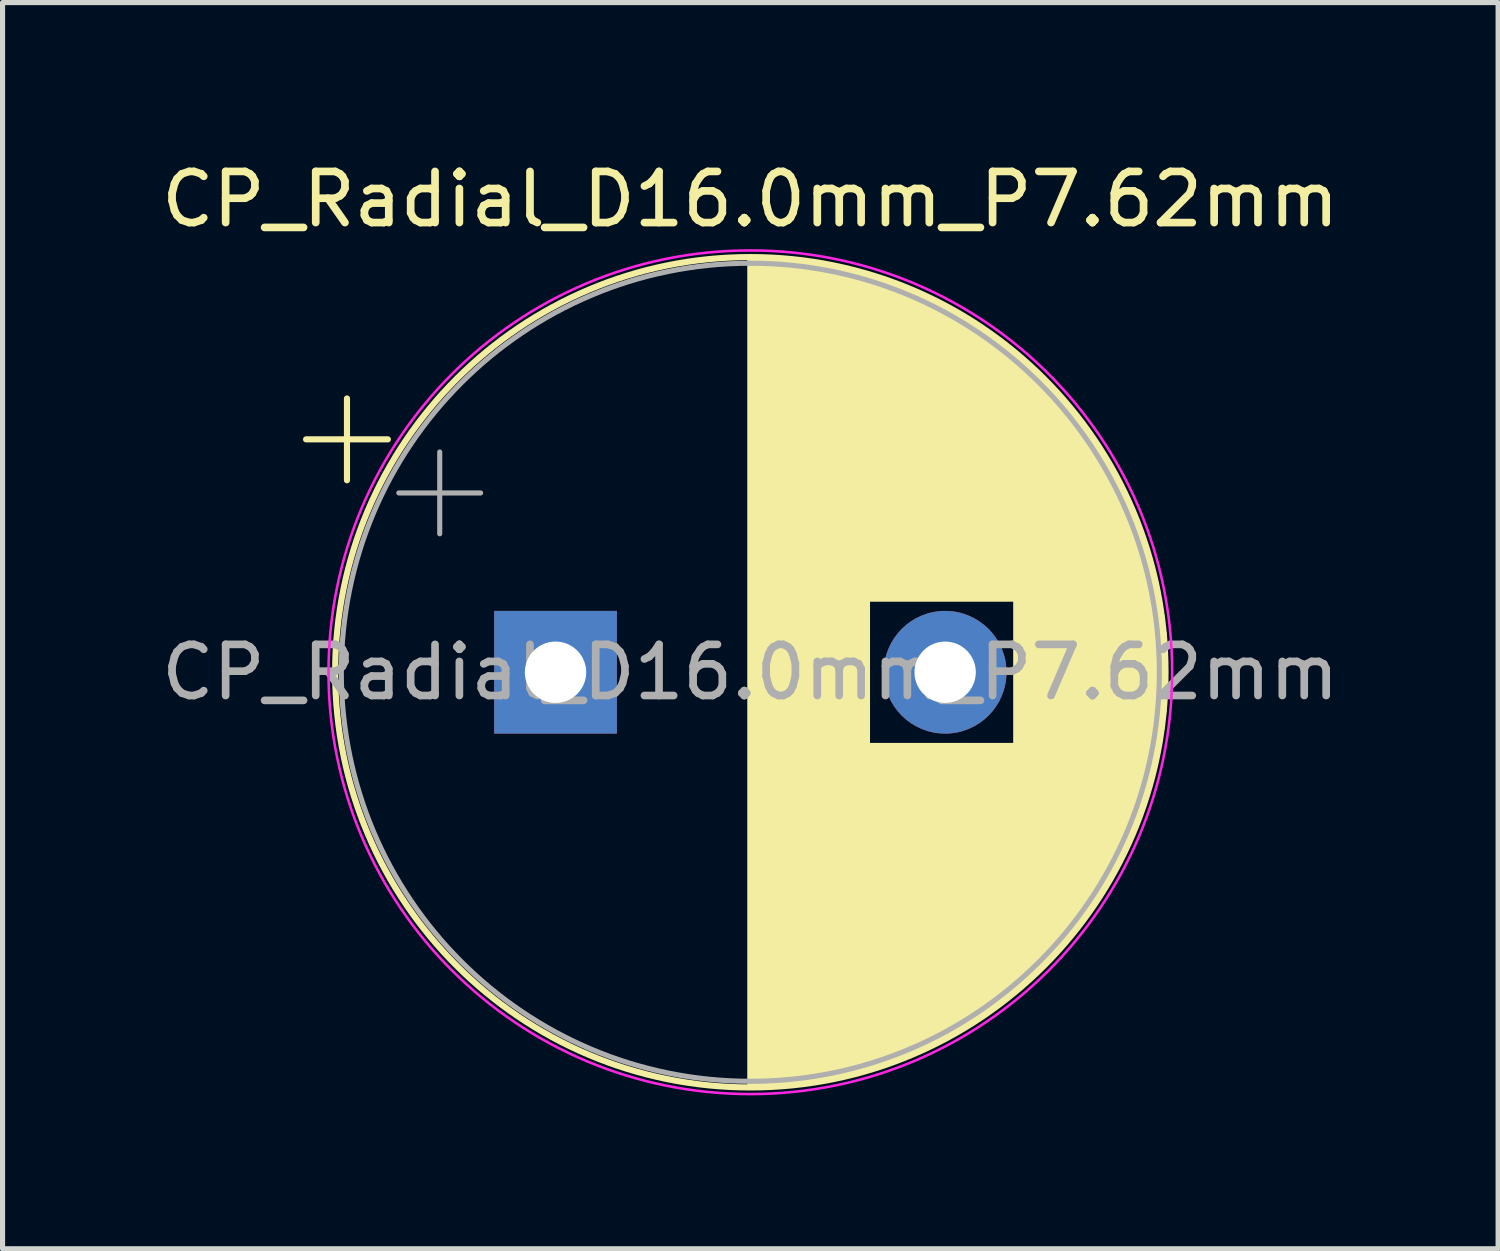
<source format=kicad_pcb>
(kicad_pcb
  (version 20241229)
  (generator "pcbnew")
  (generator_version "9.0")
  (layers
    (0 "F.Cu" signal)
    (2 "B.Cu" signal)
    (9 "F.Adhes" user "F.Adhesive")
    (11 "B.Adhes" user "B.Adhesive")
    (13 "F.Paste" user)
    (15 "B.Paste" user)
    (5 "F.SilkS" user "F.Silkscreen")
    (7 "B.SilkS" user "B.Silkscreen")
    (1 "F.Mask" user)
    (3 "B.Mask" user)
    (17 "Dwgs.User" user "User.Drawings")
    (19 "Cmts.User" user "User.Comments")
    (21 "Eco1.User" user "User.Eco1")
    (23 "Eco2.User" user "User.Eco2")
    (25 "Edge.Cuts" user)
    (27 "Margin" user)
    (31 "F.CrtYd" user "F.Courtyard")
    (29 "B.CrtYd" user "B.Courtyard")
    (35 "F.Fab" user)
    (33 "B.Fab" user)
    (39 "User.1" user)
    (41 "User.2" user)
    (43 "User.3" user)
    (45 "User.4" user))
  (footprint "CP_Radial_D16.0mm_P7.62mm"
    (layer "F.Cu")
    (at 7.815 10.098)
    (property "Reference" "CP_Radial_D16.0mm_P7.62mm" (at 3.81 -9.25 0) (layer "F.SilkS") (effects (font (size 1 1) (thickness 0.15))))
    (attr through_hole)
    (fp_line (start -4.879 -4.555) (end -3.279 -4.555) (stroke (width 0.12) (type solid)) (layer "F.SilkS"))
    (fp_line (start -4.079 -5.355) (end -4.079 -3.755) (stroke (width 0.12) (type solid)) (layer "F.SilkS"))
    (fp_line (start 3.81 -8.081) (end 3.81 8.081) (stroke (width 0.12) (type solid)) (layer "F.SilkS"))
    (fp_line (start 3.85 -8.08) (end 3.85 8.08) (stroke (width 0.12) (type solid)) (layer "F.SilkS"))
    (fp_line (start 3.89 -8.08) (end 3.89 8.08) (stroke (width 0.12) (type solid)) (layer "F.SilkS"))
    (fp_line (start 3.93 -8.08) (end 3.93 8.08) (stroke (width 0.12) (type solid)) (layer "F.SilkS"))
    (fp_line (start 3.97 -8.079) (end 3.97 8.079) (stroke (width 0.12) (type solid)) (layer "F.SilkS"))
    (fp_line (start 4.01 -8.078) (end 4.01 8.078) (stroke (width 0.12) (type solid)) (layer "F.SilkS"))
    (fp_line (start 4.05 -8.077) (end 4.05 8.077) (stroke (width 0.12) (type solid)) (layer "F.SilkS"))
    (fp_line (start 4.09 -8.076) (end 4.09 8.076) (stroke (width 0.12) (type solid)) (layer "F.SilkS"))
    (fp_line (start 4.13 -8.074) (end 4.13 8.074) (stroke (width 0.12) (type solid)) (layer "F.SilkS"))
    (fp_line (start 4.17 -8.073) (end 4.17 8.073) (stroke (width 0.12) (type solid)) (layer "F.SilkS"))
    (fp_line (start 4.21 -8.071) (end 4.21 8.071) (stroke (width 0.12) (type solid)) (layer "F.SilkS"))
    (fp_line (start 4.25 -8.069) (end 4.25 8.069) (stroke (width 0.12) (type solid)) (layer "F.SilkS"))
    (fp_line (start 4.29 -8.066) (end 4.29 8.066) (stroke (width 0.12) (type solid)) (layer "F.SilkS"))
    (fp_line (start 4.33 -8.064) (end 4.33 8.064) (stroke (width 0.12) (type solid)) (layer "F.SilkS"))
    (fp_line (start 4.37 -8.061) (end 4.37 8.061) (stroke (width 0.12) (type solid)) (layer "F.SilkS"))
    (fp_line (start 4.41 -8.058) (end 4.41 8.058) (stroke (width 0.12) (type solid)) (layer "F.SilkS"))
    (fp_line (start 4.45 -8.055) (end 4.45 8.055) (stroke (width 0.12) (type solid)) (layer "F.SilkS"))
    (fp_line (start 4.49 -8.052) (end 4.49 8.052) (stroke (width 0.12) (type solid)) (layer "F.SilkS"))
    (fp_line (start 4.531 -8.049) (end 4.531 8.049) (stroke (width 0.12) (type solid)) (layer "F.SilkS"))
    (fp_line (start 4.571 -8.045) (end 4.571 8.045) (stroke (width 0.12) (type solid)) (layer "F.SilkS"))
    (fp_line (start 4.611 -8.041) (end 4.611 8.041) (stroke (width 0.12) (type solid)) (layer "F.SilkS"))
    (fp_line (start 4.651 -8.037) (end 4.651 8.037) (stroke (width 0.12) (type solid)) (layer "F.SilkS"))
    (fp_line (start 4.691 -8.033) (end 4.691 8.033) (stroke (width 0.12) (type solid)) (layer "F.SilkS"))
    (fp_line (start 4.731 -8.028) (end 4.731 8.028) (stroke (width 0.12) (type solid)) (layer "F.SilkS"))
    (fp_line (start 4.771 -8.024) (end 4.771 8.024) (stroke (width 0.12) (type solid)) (layer "F.SilkS"))
    (fp_line (start 4.811 -8.019) (end 4.811 8.019) (stroke (width 0.12) (type solid)) (layer "F.SilkS"))
    (fp_line (start 4.851 -8.014) (end 4.851 8.014) (stroke (width 0.12) (type solid)) (layer "F.SilkS"))
    (fp_line (start 4.891 -8.008) (end 4.891 8.008) (stroke (width 0.12) (type solid)) (layer "F.SilkS"))
    (fp_line (start 4.931 -8.003) (end 4.931 8.003) (stroke (width 0.12) (type solid)) (layer "F.SilkS"))
    (fp_line (start 4.971 -7.997) (end 4.971 7.997) (stroke (width 0.12) (type solid)) (layer "F.SilkS"))
    (fp_line (start 5.011 -7.991) (end 5.011 7.991) (stroke (width 0.12) (type solid)) (layer "F.SilkS"))
    (fp_line (start 5.051 -7.985) (end 5.051 7.985) (stroke (width 0.12) (type solid)) (layer "F.SilkS"))
    (fp_line (start 5.091 -7.979) (end 5.091 7.979) (stroke (width 0.12) (type solid)) (layer "F.SilkS"))
    (fp_line (start 5.131 -7.972) (end 5.131 7.972) (stroke (width 0.12) (type solid)) (layer "F.SilkS"))
    (fp_line (start 5.171 -7.966) (end 5.171 7.966) (stroke (width 0.12) (type solid)) (layer "F.SilkS"))
    (fp_line (start 5.211 -7.959) (end 5.211 7.959) (stroke (width 0.12) (type solid)) (layer "F.SilkS"))
    (fp_line (start 5.251 -7.952) (end 5.251 7.952) (stroke (width 0.12) (type solid)) (layer "F.SilkS"))
    (fp_line (start 5.291 -7.944) (end 5.291 7.944) (stroke (width 0.12) (type solid)) (layer "F.SilkS"))
    (fp_line (start 5.331 -7.937) (end 5.331 7.937) (stroke (width 0.12) (type solid)) (layer "F.SilkS"))
    (fp_line (start 5.371 -7.929) (end 5.371 7.929) (stroke (width 0.12) (type solid)) (layer "F.SilkS"))
    (fp_line (start 5.411 -7.921) (end 5.411 7.921) (stroke (width 0.12) (type solid)) (layer "F.SilkS"))
    (fp_line (start 5.451 -7.913) (end 5.451 7.913) (stroke (width 0.12) (type solid)) (layer "F.SilkS"))
    (fp_line (start 5.491 -7.905) (end 5.491 7.905) (stroke (width 0.12) (type solid)) (layer "F.SilkS"))
    (fp_line (start 5.531 -7.896) (end 5.531 7.896) (stroke (width 0.12) (type solid)) (layer "F.SilkS"))
    (fp_line (start 5.571 -7.887) (end 5.571 7.887) (stroke (width 0.12) (type solid)) (layer "F.SilkS"))
    (fp_line (start 5.611 -7.878) (end 5.611 7.878) (stroke (width 0.12) (type solid)) (layer "F.SilkS"))
    (fp_line (start 5.651 -7.869) (end 5.651 7.869) (stroke (width 0.12) (type solid)) (layer "F.SilkS"))
    (fp_line (start 5.691 -7.86) (end 5.691 7.86) (stroke (width 0.12) (type solid)) (layer "F.SilkS"))
    (fp_line (start 5.731 -7.85) (end 5.731 7.85) (stroke (width 0.12) (type solid)) (layer "F.SilkS"))
    (fp_line (start 5.771 -7.84) (end 5.771 7.84) (stroke (width 0.12) (type solid)) (layer "F.SilkS"))
    (fp_line (start 5.811 -7.83) (end 5.811 7.83) (stroke (width 0.12) (type solid)) (layer "F.SilkS"))
    (fp_line (start 5.851 -7.82) (end 5.851 7.82) (stroke (width 0.12) (type solid)) (layer "F.SilkS"))
    (fp_line (start 5.891 -7.81) (end 5.891 7.81) (stroke (width 0.12) (type solid)) (layer "F.SilkS"))
    (fp_line (start 5.931 -7.799) (end 5.931 7.799) (stroke (width 0.12) (type solid)) (layer "F.SilkS"))
    (fp_line (start 5.971 -7.788) (end 5.971 7.788) (stroke (width 0.12) (type solid)) (layer "F.SilkS"))
    (fp_line (start 6.011 -7.777) (end 6.011 7.777) (stroke (width 0.12) (type solid)) (layer "F.SilkS"))
    (fp_line (start 6.051 -7.765) (end 6.051 7.765) (stroke (width 0.12) (type solid)) (layer "F.SilkS"))
    (fp_line (start 6.091 -7.754) (end 6.091 7.754) (stroke (width 0.12) (type solid)) (layer "F.SilkS"))
    (fp_line (start 6.131 -7.742) (end 6.131 -1.44) (stroke (width 0.12) (type solid)) (layer "F.SilkS"))
    (fp_line (start 6.131 1.44) (end 6.131 7.742) (stroke (width 0.12) (type solid)) (layer "F.SilkS"))
    (fp_line (start 6.171 -7.73) (end 6.171 -1.44) (stroke (width 0.12) (type solid)) (layer "F.SilkS"))
    (fp_line (start 6.171 1.44) (end 6.171 7.73) (stroke (width 0.12) (type solid)) (layer "F.SilkS"))
    (fp_line (start 6.211 -7.718) (end 6.211 -1.44) (stroke (width 0.12) (type solid)) (layer "F.SilkS"))
    (fp_line (start 6.211 1.44) (end 6.211 7.718) (stroke (width 0.12) (type solid)) (layer "F.SilkS"))
    (fp_line (start 6.251 -7.705) (end 6.251 -1.44) (stroke (width 0.12) (type solid)) (layer "F.SilkS"))
    (fp_line (start 6.251 1.44) (end 6.251 7.705) (stroke (width 0.12) (type solid)) (layer "F.SilkS"))
    (fp_line (start 6.291 -7.693) (end 6.291 -1.44) (stroke (width 0.12) (type solid)) (layer "F.SilkS"))
    (fp_line (start 6.291 1.44) (end 6.291 7.693) (stroke (width 0.12) (type solid)) (layer "F.SilkS"))
    (fp_line (start 6.331 -7.68) (end 6.331 -1.44) (stroke (width 0.12) (type solid)) (layer "F.SilkS"))
    (fp_line (start 6.331 1.44) (end 6.331 7.68) (stroke (width 0.12) (type solid)) (layer "F.SilkS"))
    (fp_line (start 6.371 -7.666) (end 6.371 -1.44) (stroke (width 0.12) (type solid)) (layer "F.SilkS"))
    (fp_line (start 6.371 1.44) (end 6.371 7.666) (stroke (width 0.12) (type solid)) (layer "F.SilkS"))
    (fp_line (start 6.411 -7.653) (end 6.411 -1.44) (stroke (width 0.12) (type solid)) (layer "F.SilkS"))
    (fp_line (start 6.411 1.44) (end 6.411 7.653) (stroke (width 0.12) (type solid)) (layer "F.SilkS"))
    (fp_line (start 6.451 -7.639) (end 6.451 -1.44) (stroke (width 0.12) (type solid)) (layer "F.SilkS"))
    (fp_line (start 6.451 1.44) (end 6.451 7.639) (stroke (width 0.12) (type solid)) (layer "F.SilkS"))
    (fp_line (start 6.491 -7.625) (end 6.491 -1.44) (stroke (width 0.12) (type solid)) (layer "F.SilkS"))
    (fp_line (start 6.491 1.44) (end 6.491 7.625) (stroke (width 0.12) (type solid)) (layer "F.SilkS"))
    (fp_line (start 6.531 -7.611) (end 6.531 -1.44) (stroke (width 0.12) (type solid)) (layer "F.SilkS"))
    (fp_line (start 6.531 1.44) (end 6.531 7.611) (stroke (width 0.12) (type solid)) (layer "F.SilkS"))
    (fp_line (start 6.571 -7.597) (end 6.571 -1.44) (stroke (width 0.12) (type solid)) (layer "F.SilkS"))
    (fp_line (start 6.571 1.44) (end 6.571 7.597) (stroke (width 0.12) (type solid)) (layer "F.SilkS"))
    (fp_line (start 6.611 -7.582) (end 6.611 -1.44) (stroke (width 0.12) (type solid)) (layer "F.SilkS"))
    (fp_line (start 6.611 1.44) (end 6.611 7.582) (stroke (width 0.12) (type solid)) (layer "F.SilkS"))
    (fp_line (start 6.651 -7.568) (end 6.651 -1.44) (stroke (width 0.12) (type solid)) (layer "F.SilkS"))
    (fp_line (start 6.651 1.44) (end 6.651 7.568) (stroke (width 0.12) (type solid)) (layer "F.SilkS"))
    (fp_line (start 6.691 -7.553) (end 6.691 -1.44) (stroke (width 0.12) (type solid)) (layer "F.SilkS"))
    (fp_line (start 6.691 1.44) (end 6.691 7.553) (stroke (width 0.12) (type solid)) (layer "F.SilkS"))
    (fp_line (start 6.731 -7.537) (end 6.731 -1.44) (stroke (width 0.12) (type solid)) (layer "F.SilkS"))
    (fp_line (start 6.731 1.44) (end 6.731 7.537) (stroke (width 0.12) (type solid)) (layer "F.SilkS"))
    (fp_line (start 6.771 -7.522) (end 6.771 -1.44) (stroke (width 0.12) (type solid)) (layer "F.SilkS"))
    (fp_line (start 6.771 1.44) (end 6.771 7.522) (stroke (width 0.12) (type solid)) (layer "F.SilkS"))
    (fp_line (start 6.811 -7.506) (end 6.811 -1.44) (stroke (width 0.12) (type solid)) (layer "F.SilkS"))
    (fp_line (start 6.811 1.44) (end 6.811 7.506) (stroke (width 0.12) (type solid)) (layer "F.SilkS"))
    (fp_line (start 6.851 -7.49) (end 6.851 -1.44) (stroke (width 0.12) (type solid)) (layer "F.SilkS"))
    (fp_line (start 6.851 1.44) (end 6.851 7.49) (stroke (width 0.12) (type solid)) (layer "F.SilkS"))
    (fp_line (start 6.891 -7.474) (end 6.891 -1.44) (stroke (width 0.12) (type solid)) (layer "F.SilkS"))
    (fp_line (start 6.891 1.44) (end 6.891 7.474) (stroke (width 0.12) (type solid)) (layer "F.SilkS"))
    (fp_line (start 6.931 -7.457) (end 6.931 -1.44) (stroke (width 0.12) (type solid)) (layer "F.SilkS"))
    (fp_line (start 6.931 1.44) (end 6.931 7.457) (stroke (width 0.12) (type solid)) (layer "F.SilkS"))
    (fp_line (start 6.971 -7.44) (end 6.971 -1.44) (stroke (width 0.12) (type solid)) (layer "F.SilkS"))
    (fp_line (start 6.971 1.44) (end 6.971 7.44) (stroke (width 0.12) (type solid)) (layer "F.SilkS"))
    (fp_line (start 7.011 -7.423) (end 7.011 -1.44) (stroke (width 0.12) (type solid)) (layer "F.SilkS"))
    (fp_line (start 7.011 1.44) (end 7.011 7.423) (stroke (width 0.12) (type solid)) (layer "F.SilkS"))
    (fp_line (start 7.051 -7.406) (end 7.051 -1.44) (stroke (width 0.12) (type solid)) (layer "F.SilkS"))
    (fp_line (start 7.051 1.44) (end 7.051 7.406) (stroke (width 0.12) (type solid)) (layer "F.SilkS"))
    (fp_line (start 7.091 -7.389) (end 7.091 -1.44) (stroke (width 0.12) (type solid)) (layer "F.SilkS"))
    (fp_line (start 7.091 1.44) (end 7.091 7.389) (stroke (width 0.12) (type solid)) (layer "F.SilkS"))
    (fp_line (start 7.131 -7.371) (end 7.131 -1.44) (stroke (width 0.12) (type solid)) (layer "F.SilkS"))
    (fp_line (start 7.131 1.44) (end 7.131 7.371) (stroke (width 0.12) (type solid)) (layer "F.SilkS"))
    (fp_line (start 7.171 -7.353) (end 7.171 -1.44) (stroke (width 0.12) (type solid)) (layer "F.SilkS"))
    (fp_line (start 7.171 1.44) (end 7.171 7.353) (stroke (width 0.12) (type solid)) (layer "F.SilkS"))
    (fp_line (start 7.211 -7.334) (end 7.211 -1.44) (stroke (width 0.12) (type solid)) (layer "F.SilkS"))
    (fp_line (start 7.211 1.44) (end 7.211 7.334) (stroke (width 0.12) (type solid)) (layer "F.SilkS"))
    (fp_line (start 7.251 -7.316) (end 7.251 -1.44) (stroke (width 0.12) (type solid)) (layer "F.SilkS"))
    (fp_line (start 7.251 1.44) (end 7.251 7.316) (stroke (width 0.12) (type solid)) (layer "F.SilkS"))
    (fp_line (start 7.291 -7.297) (end 7.291 -1.44) (stroke (width 0.12) (type solid)) (layer "F.SilkS"))
    (fp_line (start 7.291 1.44) (end 7.291 7.297) (stroke (width 0.12) (type solid)) (layer "F.SilkS"))
    (fp_line (start 7.331 -7.278) (end 7.331 -1.44) (stroke (width 0.12) (type solid)) (layer "F.SilkS"))
    (fp_line (start 7.331 1.44) (end 7.331 7.278) (stroke (width 0.12) (type solid)) (layer "F.SilkS"))
    (fp_line (start 7.371 -7.258) (end 7.371 -1.44) (stroke (width 0.12) (type solid)) (layer "F.SilkS"))
    (fp_line (start 7.371 1.44) (end 7.371 7.258) (stroke (width 0.12) (type solid)) (layer "F.SilkS"))
    (fp_line (start 7.411 -7.239) (end 7.411 -1.44) (stroke (width 0.12) (type solid)) (layer "F.SilkS"))
    (fp_line (start 7.411 1.44) (end 7.411 7.239) (stroke (width 0.12) (type solid)) (layer "F.SilkS"))
    (fp_line (start 7.451 -7.219) (end 7.451 -1.44) (stroke (width 0.12) (type solid)) (layer "F.SilkS"))
    (fp_line (start 7.451 1.44) (end 7.451 7.219) (stroke (width 0.12) (type solid)) (layer "F.SilkS"))
    (fp_line (start 7.491 -7.199) (end 7.491 -1.44) (stroke (width 0.12) (type solid)) (layer "F.SilkS"))
    (fp_line (start 7.491 1.44) (end 7.491 7.199) (stroke (width 0.12) (type solid)) (layer "F.SilkS"))
    (fp_line (start 7.531 -7.178) (end 7.531 -1.44) (stroke (width 0.12) (type solid)) (layer "F.SilkS"))
    (fp_line (start 7.531 1.44) (end 7.531 7.178) (stroke (width 0.12) (type solid)) (layer "F.SilkS"))
    (fp_line (start 7.571 -7.157) (end 7.571 -1.44) (stroke (width 0.12) (type solid)) (layer "F.SilkS"))
    (fp_line (start 7.571 1.44) (end 7.571 7.157) (stroke (width 0.12) (type solid)) (layer "F.SilkS"))
    (fp_line (start 7.611 -7.136) (end 7.611 -1.44) (stroke (width 0.12) (type solid)) (layer "F.SilkS"))
    (fp_line (start 7.611 1.44) (end 7.611 7.136) (stroke (width 0.12) (type solid)) (layer "F.SilkS"))
    (fp_line (start 7.651 -7.115) (end 7.651 -1.44) (stroke (width 0.12) (type solid)) (layer "F.SilkS"))
    (fp_line (start 7.651 1.44) (end 7.651 7.115) (stroke (width 0.12) (type solid)) (layer "F.SilkS"))
    (fp_line (start 7.691 -7.094) (end 7.691 -1.44) (stroke (width 0.12) (type solid)) (layer "F.SilkS"))
    (fp_line (start 7.691 1.44) (end 7.691 7.094) (stroke (width 0.12) (type solid)) (layer "F.SilkS"))
    (fp_line (start 7.731 -7.072) (end 7.731 -1.44) (stroke (width 0.12) (type solid)) (layer "F.SilkS"))
    (fp_line (start 7.731 1.44) (end 7.731 7.072) (stroke (width 0.12) (type solid)) (layer "F.SilkS"))
    (fp_line (start 7.771 -7.049) (end 7.771 -1.44) (stroke (width 0.12) (type solid)) (layer "F.SilkS"))
    (fp_line (start 7.771 1.44) (end 7.771 7.049) (stroke (width 0.12) (type solid)) (layer "F.SilkS"))
    (fp_line (start 7.811 -7.027) (end 7.811 -1.44) (stroke (width 0.12) (type solid)) (layer "F.SilkS"))
    (fp_line (start 7.811 1.44) (end 7.811 7.027) (stroke (width 0.12) (type solid)) (layer "F.SilkS"))
    (fp_line (start 7.851 -7.004) (end 7.851 -1.44) (stroke (width 0.12) (type solid)) (layer "F.SilkS"))
    (fp_line (start 7.851 1.44) (end 7.851 7.004) (stroke (width 0.12) (type solid)) (layer "F.SilkS"))
    (fp_line (start 7.891 -6.981) (end 7.891 -1.44) (stroke (width 0.12) (type solid)) (layer "F.SilkS"))
    (fp_line (start 7.891 1.44) (end 7.891 6.981) (stroke (width 0.12) (type solid)) (layer "F.SilkS"))
    (fp_line (start 7.931 -6.958) (end 7.931 -1.44) (stroke (width 0.12) (type solid)) (layer "F.SilkS"))
    (fp_line (start 7.931 1.44) (end 7.931 6.958) (stroke (width 0.12) (type solid)) (layer "F.SilkS"))
    (fp_line (start 7.971 -6.934) (end 7.971 -1.44) (stroke (width 0.12) (type solid)) (layer "F.SilkS"))
    (fp_line (start 7.971 1.44) (end 7.971 6.934) (stroke (width 0.12) (type solid)) (layer "F.SilkS"))
    (fp_line (start 8.011 -6.91) (end 8.011 -1.44) (stroke (width 0.12) (type solid)) (layer "F.SilkS"))
    (fp_line (start 8.011 1.44) (end 8.011 6.91) (stroke (width 0.12) (type solid)) (layer "F.SilkS"))
    (fp_line (start 8.051 -6.886) (end 8.051 -1.44) (stroke (width 0.12) (type solid)) (layer "F.SilkS"))
    (fp_line (start 8.051 1.44) (end 8.051 6.886) (stroke (width 0.12) (type solid)) (layer "F.SilkS"))
    (fp_line (start 8.091 -6.861) (end 8.091 -1.44) (stroke (width 0.12) (type solid)) (layer "F.SilkS"))
    (fp_line (start 8.091 1.44) (end 8.091 6.861) (stroke (width 0.12) (type solid)) (layer "F.SilkS"))
    (fp_line (start 8.131 -6.836) (end 8.131 -1.44) (stroke (width 0.12) (type solid)) (layer "F.SilkS"))
    (fp_line (start 8.131 1.44) (end 8.131 6.836) (stroke (width 0.12) (type solid)) (layer "F.SilkS"))
    (fp_line (start 8.171 -6.811) (end 8.171 -1.44) (stroke (width 0.12) (type solid)) (layer "F.SilkS"))
    (fp_line (start 8.171 1.44) (end 8.171 6.811) (stroke (width 0.12) (type solid)) (layer "F.SilkS"))
    (fp_line (start 8.211 -6.785) (end 8.211 -1.44) (stroke (width 0.12) (type solid)) (layer "F.SilkS"))
    (fp_line (start 8.211 1.44) (end 8.211 6.785) (stroke (width 0.12) (type solid)) (layer "F.SilkS"))
    (fp_line (start 8.251 -6.759) (end 8.251 -1.44) (stroke (width 0.12) (type solid)) (layer "F.SilkS"))
    (fp_line (start 8.251 1.44) (end 8.251 6.759) (stroke (width 0.12) (type solid)) (layer "F.SilkS"))
    (fp_line (start 8.291 -6.733) (end 8.291 -1.44) (stroke (width 0.12) (type solid)) (layer "F.SilkS"))
    (fp_line (start 8.291 1.44) (end 8.291 6.733) (stroke (width 0.12) (type solid)) (layer "F.SilkS"))
    (fp_line (start 8.331 -6.706) (end 8.331 -1.44) (stroke (width 0.12) (type solid)) (layer "F.SilkS"))
    (fp_line (start 8.331 1.44) (end 8.331 6.706) (stroke (width 0.12) (type solid)) (layer "F.SilkS"))
    (fp_line (start 8.371 -6.679) (end 8.371 -1.44) (stroke (width 0.12) (type solid)) (layer "F.SilkS"))
    (fp_line (start 8.371 1.44) (end 8.371 6.679) (stroke (width 0.12) (type solid)) (layer "F.SilkS"))
    (fp_line (start 8.411 -6.652) (end 8.411 -1.44) (stroke (width 0.12) (type solid)) (layer "F.SilkS"))
    (fp_line (start 8.411 1.44) (end 8.411 6.652) (stroke (width 0.12) (type solid)) (layer "F.SilkS"))
    (fp_line (start 8.451 -6.624) (end 8.451 -1.44) (stroke (width 0.12) (type solid)) (layer "F.SilkS"))
    (fp_line (start 8.451 1.44) (end 8.451 6.624) (stroke (width 0.12) (type solid)) (layer "F.SilkS"))
    (fp_line (start 8.491 -6.596) (end 8.491 -1.44) (stroke (width 0.12) (type solid)) (layer "F.SilkS"))
    (fp_line (start 8.491 1.44) (end 8.491 6.596) (stroke (width 0.12) (type solid)) (layer "F.SilkS"))
    (fp_line (start 8.531 -6.568) (end 8.531 -1.44) (stroke (width 0.12) (type solid)) (layer "F.SilkS"))
    (fp_line (start 8.531 1.44) (end 8.531 6.568) (stroke (width 0.12) (type solid)) (layer "F.SilkS"))
    (fp_line (start 8.571 -6.539) (end 8.571 -1.44) (stroke (width 0.12) (type solid)) (layer "F.SilkS"))
    (fp_line (start 8.571 1.44) (end 8.571 6.539) (stroke (width 0.12) (type solid)) (layer "F.SilkS"))
    (fp_line (start 8.611 -6.51) (end 8.611 -1.44) (stroke (width 0.12) (type solid)) (layer "F.SilkS"))
    (fp_line (start 8.611 1.44) (end 8.611 6.51) (stroke (width 0.12) (type solid)) (layer "F.SilkS"))
    (fp_line (start 8.651 -6.48) (end 8.651 -1.44) (stroke (width 0.12) (type solid)) (layer "F.SilkS"))
    (fp_line (start 8.651 1.44) (end 8.651 6.48) (stroke (width 0.12) (type solid)) (layer "F.SilkS"))
    (fp_line (start 8.691 -6.45) (end 8.691 -1.44) (stroke (width 0.12) (type solid)) (layer "F.SilkS"))
    (fp_line (start 8.691 1.44) (end 8.691 6.45) (stroke (width 0.12) (type solid)) (layer "F.SilkS"))
    (fp_line (start 8.731 -6.42) (end 8.731 -1.44) (stroke (width 0.12) (type solid)) (layer "F.SilkS"))
    (fp_line (start 8.731 1.44) (end 8.731 6.42) (stroke (width 0.12) (type solid)) (layer "F.SilkS"))
    (fp_line (start 8.771 -6.39) (end 8.771 -1.44) (stroke (width 0.12) (type solid)) (layer "F.SilkS"))
    (fp_line (start 8.771 1.44) (end 8.771 6.39) (stroke (width 0.12) (type solid)) (layer "F.SilkS"))
    (fp_line (start 8.811 -6.358) (end 8.811 -1.44) (stroke (width 0.12) (type solid)) (layer "F.SilkS"))
    (fp_line (start 8.811 1.44) (end 8.811 6.358) (stroke (width 0.12) (type solid)) (layer "F.SilkS"))
    (fp_line (start 8.851 -6.327) (end 8.851 -1.44) (stroke (width 0.12) (type solid)) (layer "F.SilkS"))
    (fp_line (start 8.851 1.44) (end 8.851 6.327) (stroke (width 0.12) (type solid)) (layer "F.SilkS"))
    (fp_line (start 8.891 -6.295) (end 8.891 -1.44) (stroke (width 0.12) (type solid)) (layer "F.SilkS"))
    (fp_line (start 8.891 1.44) (end 8.891 6.295) (stroke (width 0.12) (type solid)) (layer "F.SilkS"))
    (fp_line (start 8.931 -6.263) (end 8.931 -1.44) (stroke (width 0.12) (type solid)) (layer "F.SilkS"))
    (fp_line (start 8.931 1.44) (end 8.931 6.263) (stroke (width 0.12) (type solid)) (layer "F.SilkS"))
    (fp_line (start 8.971 -6.23) (end 8.971 -1.44) (stroke (width 0.12) (type solid)) (layer "F.SilkS"))
    (fp_line (start 8.971 1.44) (end 8.971 6.23) (stroke (width 0.12) (type solid)) (layer "F.SilkS"))
    (fp_line (start 9.011 -6.197) (end 9.011 6.197) (stroke (width 0.12) (type solid)) (layer "F.SilkS"))
    (fp_line (start 9.051 -6.163) (end 9.051 6.163) (stroke (width 0.12) (type solid)) (layer "F.SilkS"))
    (fp_line (start 9.091 -6.129) (end 9.091 6.129) (stroke (width 0.12) (type solid)) (layer "F.SilkS"))
    (fp_line (start 9.131 -6.095) (end 9.131 6.095) (stroke (width 0.12) (type solid)) (layer "F.SilkS"))
    (fp_line (start 9.171 -6.06) (end 9.171 6.06) (stroke (width 0.12) (type solid)) (layer "F.SilkS"))
    (fp_line (start 9.211 -6.025) (end 9.211 6.025) (stroke (width 0.12) (type solid)) (layer "F.SilkS"))
    (fp_line (start 9.251 -5.989) (end 9.251 5.989) (stroke (width 0.12) (type solid)) (layer "F.SilkS"))
    (fp_line (start 9.291 -5.952) (end 9.291 5.952) (stroke (width 0.12) (type solid)) (layer "F.SilkS"))
    (fp_line (start 9.331 -5.916) (end 9.331 5.916) (stroke (width 0.12) (type solid)) (layer "F.SilkS"))
    (fp_line (start 9.371 -5.878) (end 9.371 5.878) (stroke (width 0.12) (type solid)) (layer "F.SilkS"))
    (fp_line (start 9.411 -5.84) (end 9.411 5.84) (stroke (width 0.12) (type solid)) (layer "F.SilkS"))
    (fp_line (start 9.451 -5.802) (end 9.451 5.802) (stroke (width 0.12) (type solid)) (layer "F.SilkS"))
    (fp_line (start 9.491 -5.763) (end 9.491 5.763) (stroke (width 0.12) (type solid)) (layer "F.SilkS"))
    (fp_line (start 9.531 -5.724) (end 9.531 5.724) (stroke (width 0.12) (type solid)) (layer "F.SilkS"))
    (fp_line (start 9.571 -5.684) (end 9.571 5.684) (stroke (width 0.12) (type solid)) (layer "F.SilkS"))
    (fp_line (start 9.611 -5.643) (end 9.611 5.643) (stroke (width 0.12) (type solid)) (layer "F.SilkS"))
    (fp_line (start 9.651 -5.602) (end 9.651 5.602) (stroke (width 0.12) (type solid)) (layer "F.SilkS"))
    (fp_line (start 9.691 -5.56) (end 9.691 5.56) (stroke (width 0.12) (type solid)) (layer "F.SilkS"))
    (fp_line (start 9.731 -5.518) (end 9.731 5.518) (stroke (width 0.12) (type solid)) (layer "F.SilkS"))
    (fp_line (start 9.771 -5.475) (end 9.771 5.475) (stroke (width 0.12) (type solid)) (layer "F.SilkS"))
    (fp_line (start 9.811 -5.432) (end 9.811 5.432) (stroke (width 0.12) (type solid)) (layer "F.SilkS"))
    (fp_line (start 9.851 -5.388) (end 9.851 5.388) (stroke (width 0.12) (type solid)) (layer "F.SilkS"))
    (fp_line (start 9.891 -5.343) (end 9.891 5.343) (stroke (width 0.12) (type solid)) (layer "F.SilkS"))
    (fp_line (start 9.931 -5.297) (end 9.931 5.297) (stroke (width 0.12) (type solid)) (layer "F.SilkS"))
    (fp_line (start 9.971 -5.251) (end 9.971 5.251) (stroke (width 0.12) (type solid)) (layer "F.SilkS"))
    (fp_line (start 10.011 -5.204) (end 10.011 5.204) (stroke (width 0.12) (type solid)) (layer "F.SilkS"))
    (fp_line (start 10.051 -5.156) (end 10.051 5.156) (stroke (width 0.12) (type solid)) (layer "F.SilkS"))
    (fp_line (start 10.091 -5.108) (end 10.091 5.108) (stroke (width 0.12) (type solid)) (layer "F.SilkS"))
    (fp_line (start 10.131 -5.059) (end 10.131 5.059) (stroke (width 0.12) (type solid)) (layer "F.SilkS"))
    (fp_line (start 10.171 -5.009) (end 10.171 5.009) (stroke (width 0.12) (type solid)) (layer "F.SilkS"))
    (fp_line (start 10.211 -4.958) (end 10.211 4.958) (stroke (width 0.12) (type solid)) (layer "F.SilkS"))
    (fp_line (start 10.251 -4.906) (end 10.251 4.906) (stroke (width 0.12) (type solid)) (layer "F.SilkS"))
    (fp_line (start 10.291 -4.854) (end 10.291 4.854) (stroke (width 0.12) (type solid)) (layer "F.SilkS"))
    (fp_line (start 10.331 -4.8) (end 10.331 4.8) (stroke (width 0.12) (type solid)) (layer "F.SilkS"))
    (fp_line (start 10.371 -4.746) (end 10.371 4.746) (stroke (width 0.12) (type solid)) (layer "F.SilkS"))
    (fp_line (start 10.411 -4.691) (end 10.411 4.691) (stroke (width 0.12) (type solid)) (layer "F.SilkS"))
    (fp_line (start 10.451 -4.634) (end 10.451 4.634) (stroke (width 0.12) (type solid)) (layer "F.SilkS"))
    (fp_line (start 10.491 -4.577) (end 10.491 4.577) (stroke (width 0.12) (type solid)) (layer "F.SilkS"))
    (fp_line (start 10.531 -4.519) (end 10.531 4.519) (stroke (width 0.12) (type solid)) (layer "F.SilkS"))
    (fp_line (start 10.571 -4.459) (end 10.571 4.459) (stroke (width 0.12) (type solid)) (layer "F.SilkS"))
    (fp_line (start 10.611 -4.398) (end 10.611 4.398) (stroke (width 0.12) (type solid)) (layer "F.SilkS"))
    (fp_line (start 10.651 -4.336) (end 10.651 4.336) (stroke (width 0.12) (type solid)) (layer "F.SilkS"))
    (fp_line (start 10.691 -4.273) (end 10.691 4.273) (stroke (width 0.12) (type solid)) (layer "F.SilkS"))
    (fp_line (start 10.731 -4.209) (end 10.731 4.209) (stroke (width 0.12) (type solid)) (layer "F.SilkS"))
    (fp_line (start 10.771 -4.143) (end 10.771 4.143) (stroke (width 0.12) (type solid)) (layer "F.SilkS"))
    (fp_line (start 10.811 -4.076) (end 10.811 4.076) (stroke (width 0.12) (type solid)) (layer "F.SilkS"))
    (fp_line (start 10.851 -4.007) (end 10.851 4.007) (stroke (width 0.12) (type solid)) (layer "F.SilkS"))
    (fp_line (start 10.891 -3.936) (end 10.891 3.936) (stroke (width 0.12) (type solid)) (layer "F.SilkS"))
    (fp_line (start 10.931 -3.864) (end 10.931 3.864) (stroke (width 0.12) (type solid)) (layer "F.SilkS"))
    (fp_line (start 10.971 -3.79) (end 10.971 3.79) (stroke (width 0.12) (type solid)) (layer "F.SilkS"))
    (fp_line (start 11.011 -3.715) (end 11.011 3.715) (stroke (width 0.12) (type solid)) (layer "F.SilkS"))
    (fp_line (start 11.051 -3.637) (end 11.051 3.637) (stroke (width 0.12) (type solid)) (layer "F.SilkS"))
    (fp_line (start 11.091 -3.557) (end 11.091 3.557) (stroke (width 0.12) (type solid)) (layer "F.SilkS"))
    (fp_line (start 11.131 -3.475) (end 11.131 3.475) (stroke (width 0.12) (type solid)) (layer "F.SilkS"))
    (fp_line (start 11.171 -3.39) (end 11.171 3.39) (stroke (width 0.12) (type solid)) (layer "F.SilkS"))
    (fp_line (start 11.211 -3.303) (end 11.211 3.303) (stroke (width 0.12) (type solid)) (layer "F.SilkS"))
    (fp_line (start 11.251 -3.213) (end 11.251 3.213) (stroke (width 0.12) (type solid)) (layer "F.SilkS"))
    (fp_line (start 11.291 -3.12) (end 11.291 3.12) (stroke (width 0.12) (type solid)) (layer "F.SilkS"))
    (fp_line (start 11.331 -3.024) (end 11.331 3.024) (stroke (width 0.12) (type solid)) (layer "F.SilkS"))
    (fp_line (start 11.371 -2.924) (end 11.371 2.924) (stroke (width 0.12) (type solid)) (layer "F.SilkS"))
    (fp_line (start 11.411 -2.82) (end 11.411 2.82) (stroke (width 0.12) (type solid)) (layer "F.SilkS"))
    (fp_line (start 11.451 -2.711) (end 11.451 2.711) (stroke (width 0.12) (type solid)) (layer "F.SilkS"))
    (fp_line (start 11.491 -2.597) (end 11.491 2.597) (stroke (width 0.12) (type solid)) (layer "F.SilkS"))
    (fp_line (start 11.531 -2.478) (end 11.531 2.478) (stroke (width 0.12) (type solid)) (layer "F.SilkS"))
    (fp_line (start 11.571 -2.351) (end 11.571 2.351) (stroke (width 0.12) (type solid)) (layer "F.SilkS"))
    (fp_line (start 11.611 -2.218) (end 11.611 2.218) (stroke (width 0.12) (type solid)) (layer "F.SilkS"))
    (fp_line (start 11.651 -2.074) (end 11.651 2.074) (stroke (width 0.12) (type solid)) (layer "F.SilkS"))
    (fp_line (start 11.691 -1.92) (end 11.691 1.92) (stroke (width 0.12) (type solid)) (layer "F.SilkS"))
    (fp_line (start 11.731 -1.752) (end 11.731 1.752) (stroke (width 0.12) (type solid)) (layer "F.SilkS"))
    (fp_line (start 11.771 -1.564) (end 11.771 1.564) (stroke (width 0.12) (type solid)) (layer "F.SilkS"))
    (fp_line (start 11.811 -1.351) (end 11.811 1.351) (stroke (width 0.12) (type solid)) (layer "F.SilkS"))
    (fp_line (start 11.851 -1.098) (end 11.851 1.098) (stroke (width 0.12) (type solid)) (layer "F.SilkS"))
    (fp_line (start 11.891 -0.765) (end 11.891 0.765) (stroke (width 0.12) (type solid)) (layer "F.SilkS"))
    (fp_circle (center 3.81 0) (end 11.93 0) (stroke (width 0.12) (type solid)) (fill no) (layer "F.SilkS"))
    (fp_circle (center 3.81 0) (end 12.06 0) (stroke (width 0.05) (type solid)) (fill no) (layer "F.CrtYd"))
    (fp_line (start -3.065 -3.507) (end -1.465 -3.507) (stroke (width 0.1) (type solid)) (layer "F.Fab"))
    (fp_line (start -2.265 -4.308) (end -2.265 -2.708) (stroke (width 0.1) (type solid)) (layer "F.Fab"))
    (fp_circle (center 3.81 0) (end 11.81 0) (stroke (width 0.1) (type solid)) (fill no) (layer "F.Fab"))
    (fp_text user "${REFERENCE}" (at 3.81 0 0) (layer "F.Fab") (effects (font (size 1 1) (thickness 0.15))))
    (pad "1" thru_hole rect (at 0 0) (size 2.4 2.4) (drill 1.2) (layers "*.Cu" "*.Mask"))
    (pad "2" thru_hole circle (at 7.62 0) (size 2.4 2.4) (drill 1.2) (layers "*.Cu" "*.Mask")))
  (gr_rect
    (start -3 -3)
    (end 26.25 21.373)
    (stroke (width 0.1) (type default))
    (fill no)
    (layer "Edge.Cuts")))
</source>
